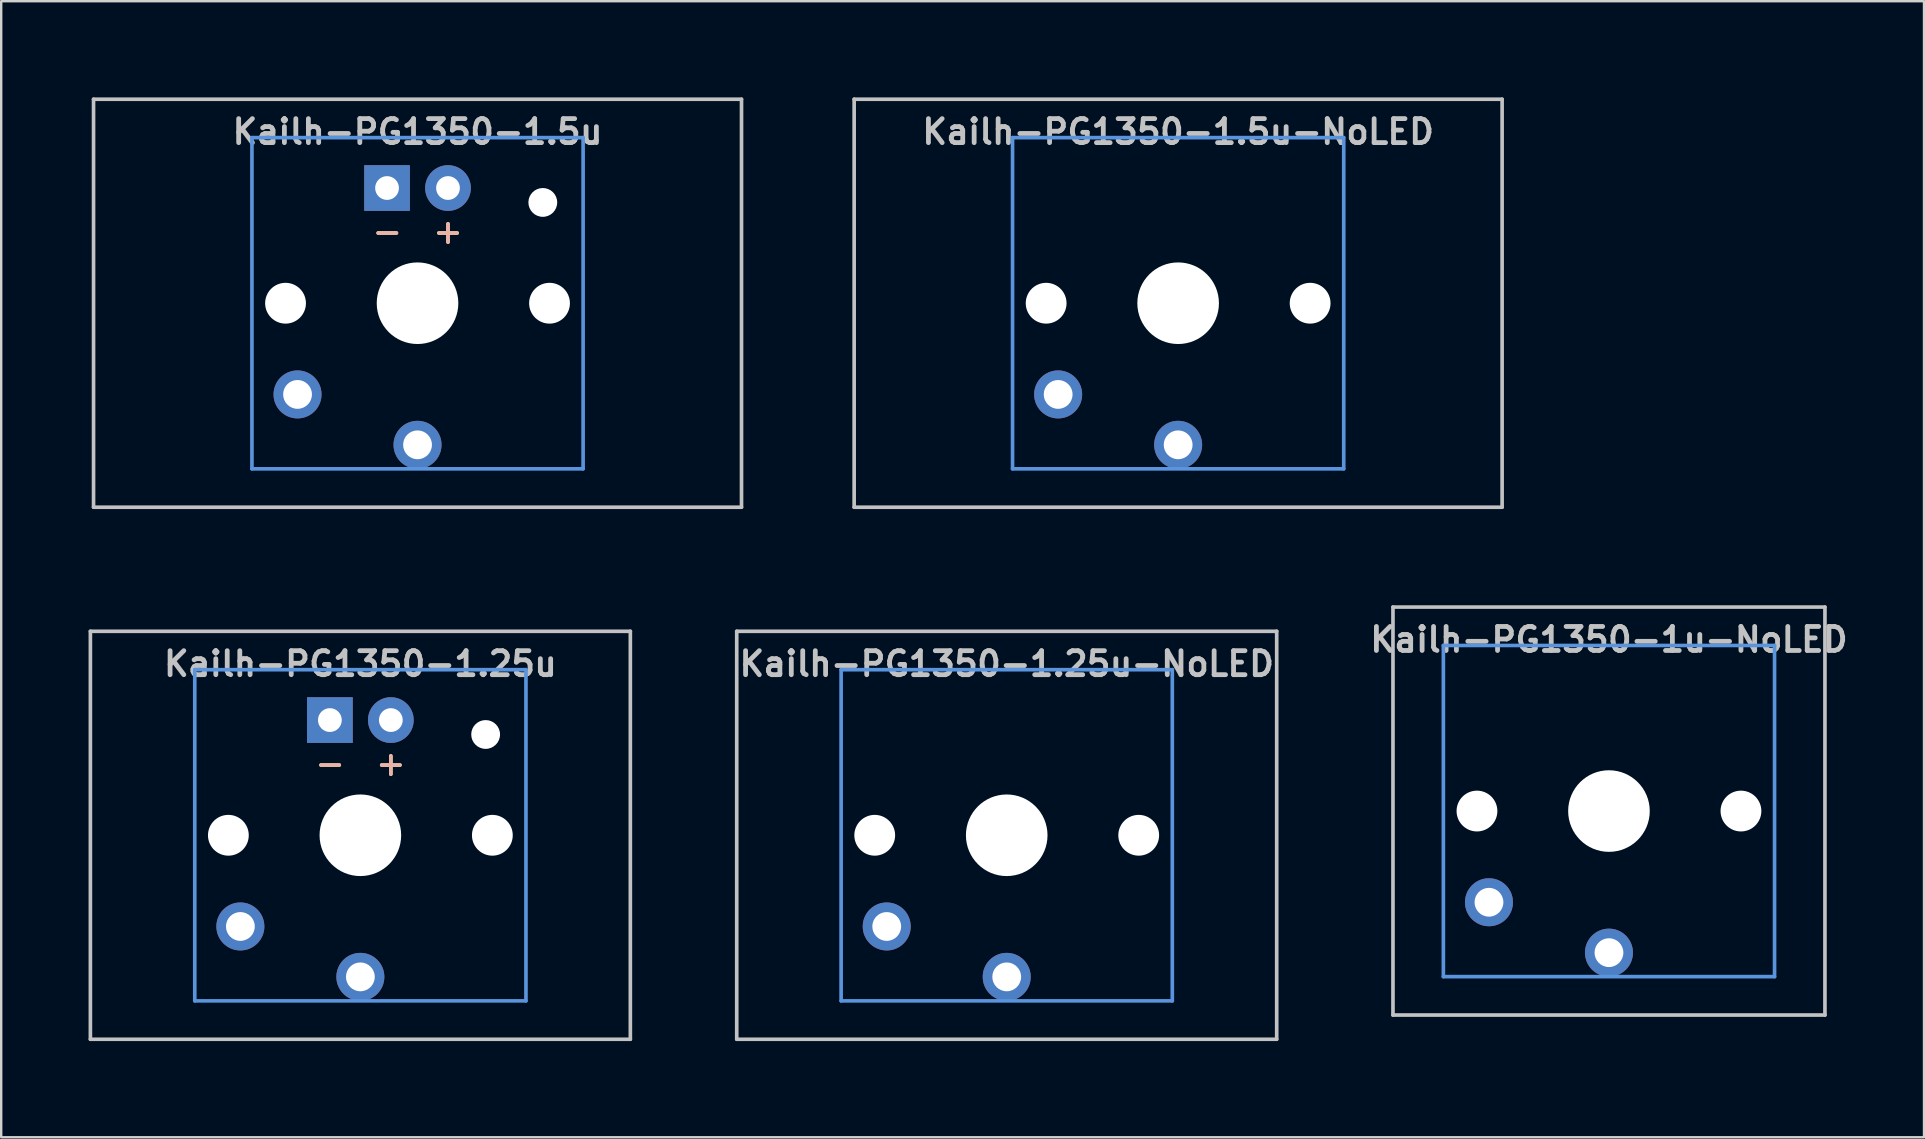
<source format=kicad_pcb>
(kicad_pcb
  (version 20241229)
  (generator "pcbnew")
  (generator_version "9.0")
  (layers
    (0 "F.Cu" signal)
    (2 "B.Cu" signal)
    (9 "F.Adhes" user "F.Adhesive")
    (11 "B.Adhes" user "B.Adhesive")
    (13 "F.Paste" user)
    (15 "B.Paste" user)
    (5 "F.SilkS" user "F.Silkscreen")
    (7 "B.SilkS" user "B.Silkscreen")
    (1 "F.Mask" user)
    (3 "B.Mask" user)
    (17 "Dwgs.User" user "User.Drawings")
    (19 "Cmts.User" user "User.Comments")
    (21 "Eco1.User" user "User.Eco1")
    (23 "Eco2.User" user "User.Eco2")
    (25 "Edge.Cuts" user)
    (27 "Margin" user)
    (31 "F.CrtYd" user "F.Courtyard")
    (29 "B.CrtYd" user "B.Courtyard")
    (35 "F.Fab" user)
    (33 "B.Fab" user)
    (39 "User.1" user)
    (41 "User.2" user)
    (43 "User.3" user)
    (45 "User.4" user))
  (footprint "Kailh-PG1350-1.25u-NoLED"
    (layer "F.Cu")
    (at 38.899 31.755)
    (property "Reference" "Kailh-PG1350-1.25u-NoLED" (at 0 -7.144 180) (layer "Dwgs.User") (effects (font (size 1 1) (thickness 0.2))))
    (attr through_hole)
    (fp_line (start -11.25 -8.5) (end 11.25 -8.5) (stroke (width 0.152) (type solid)) (layer "Dwgs.User"))
    (fp_line (start -11.25 8.5) (end -11.25 -8.5) (stroke (width 0.152) (type solid)) (layer "Dwgs.User"))
    (fp_line (start -11.25 8.5) (end 11.25 8.5) (stroke (width 0.152) (type solid)) (layer "Dwgs.User"))
    (fp_line (start 11.25 -8.5) (end 11.25 8.5) (stroke (width 0.152) (type solid)) (layer "Dwgs.User"))
    (fp_line (start -6.9 -6.9) (end 6.9 -6.9) (stroke (width 0.152) (type solid)) (layer "Cmts.User"))
    (fp_line (start -6.9 6.9) (end -6.9 -6.9) (stroke (width 0.152) (type solid)) (layer "Cmts.User"))
    (fp_line (start 6.9 -6.9) (end 6.9 6.9) (stroke (width 0.152) (type solid)) (layer "Cmts.User"))
    (fp_line (start 6.9 6.9) (end -6.9 6.9) (stroke (width 0.152) (type solid)) (layer "Cmts.User"))
    (fp_line (start -11.906 -9.525) (end -11.906 9.525) (stroke (width 0.12) (type solid)) (layer "Eco1.User"))
    (fp_line (start -11.906 -9.525) (end 11.906 -9.525) (stroke (width 0.12) (type solid)) (layer "Eco1.User"))
    (fp_line (start -11.906 9.525) (end 11.906 9.525) (stroke (width 0.12) (type solid)) (layer "Eco1.User"))
    (fp_line (start 11.906 -9.525) (end 11.906 9.525) (stroke (width 0.12) (type solid)) (layer "Eco1.User"))
    (fp_line (start -7.5 -7.5) (end 7.5 -7.5) (stroke (width 0.152) (type solid)) (layer "Eco2.User"))
    (fp_line (start -7.5 7.5) (end -7.5 -7.5) (stroke (width 0.152) (type solid)) (layer "Eco2.User"))
    (fp_line (start 7.5 -7.5) (end 7.5 7.5) (stroke (width 0.152) (type solid)) (layer "Eco2.User"))
    (fp_line (start 7.5 7.5) (end -7.5 7.5) (stroke (width 0.152) (type solid)) (layer "Eco2.User"))
    (pad "" np_thru_hole circle (at -5.5 0 180) (size 1.7 1.7) (drill 1.7) (layers "*.Cu" "*.Mask"))
    (pad "" np_thru_hole circle (at 0 0 180) (size 3.4 3.4) (drill 3.4) (layers "*.Cu" "*.Mask"))
    (pad "" np_thru_hole circle (at 5.5 0 180) (size 1.7 1.7) (drill 1.7) (layers "*.Cu" "*.Mask"))
    (pad "1" thru_hole circle (at 0 5.9 180) (size 2 2) (drill 1.2) (layers "*.Cu" "*.Mask"))
    (pad "2" thru_hole circle (at -5 3.8 41.9) (size 2 2) (drill 1.2) (layers "*.Cu" "*.Mask")))
  (footprint "Kailh-PG1350-1.5u-NoLED"
    (layer "F.Cu")
    (at 46.042 9.585)
    (property "Reference" "Kailh-PG1350-1.5u-NoLED" (at 0 -7.144 180) (layer "Dwgs.User") (effects (font (size 1 1) (thickness 0.2))))
    (attr through_hole)
    (fp_line (start -13.5 -8.5) (end 13.5 -8.5) (stroke (width 0.152) (type solid)) (layer "Dwgs.User"))
    (fp_line (start -13.5 8.5) (end -13.5 -8.5) (stroke (width 0.152) (type solid)) (layer "Dwgs.User"))
    (fp_line (start -13.5 8.5) (end 13.5 8.5) (stroke (width 0.152) (type solid)) (layer "Dwgs.User"))
    (fp_line (start 13.5 -8.5) (end 13.5 8.5) (stroke (width 0.152) (type solid)) (layer "Dwgs.User"))
    (fp_line (start -6.9 -6.9) (end 6.9 -6.9) (stroke (width 0.152) (type solid)) (layer "Cmts.User"))
    (fp_line (start -6.9 6.9) (end -6.9 -6.9) (stroke (width 0.152) (type solid)) (layer "Cmts.User"))
    (fp_line (start 6.9 -6.9) (end 6.9 6.9) (stroke (width 0.152) (type solid)) (layer "Cmts.User"))
    (fp_line (start 6.9 6.9) (end -6.9 6.9) (stroke (width 0.152) (type solid)) (layer "Cmts.User"))
    (fp_line (start -14.287 -9.525) (end -14.287 9.525) (stroke (width 0.12) (type solid)) (layer "Eco1.User"))
    (fp_line (start -14.287 -9.525) (end 14.287 -9.525) (stroke (width 0.12) (type solid)) (layer "Eco1.User"))
    (fp_line (start -14.287 9.525) (end 14.287 9.525) (stroke (width 0.12) (type solid)) (layer "Eco1.User"))
    (fp_line (start 14.287 -9.525) (end 14.287 9.525) (stroke (width 0.12) (type solid)) (layer "Eco1.User"))
    (fp_line (start -7.5 -7.5) (end 7.5 -7.5) (stroke (width 0.152) (type solid)) (layer "Eco2.User"))
    (fp_line (start -7.5 7.5) (end -7.5 -7.5) (stroke (width 0.152) (type solid)) (layer "Eco2.User"))
    (fp_line (start 7.5 -7.5) (end 7.5 7.5) (stroke (width 0.152) (type solid)) (layer "Eco2.User"))
    (fp_line (start 7.5 7.5) (end -7.5 7.5) (stroke (width 0.152) (type solid)) (layer "Eco2.User"))
    (pad "" np_thru_hole circle (at -5.5 0 180) (size 1.7 1.7) (drill 1.7) (layers "*.Cu" "*.Mask"))
    (pad "" np_thru_hole circle (at 0 0 180) (size 3.4 3.4) (drill 3.4) (layers "*.Cu" "*.Mask"))
    (pad "" np_thru_hole circle (at 5.5 0 180) (size 1.7 1.7) (drill 1.7) (layers "*.Cu" "*.Mask"))
    (pad "1" thru_hole circle (at 0 5.9 180) (size 2 2) (drill 1.2) (layers "*.Cu" "*.Mask"))
    (pad "2" thru_hole circle (at -5 3.8 41.9) (size 2 2) (drill 1.2) (layers "*.Cu" "*.Mask")))
  (footprint "Kailh-PG1350-1.5u"
    (layer "F.Cu")
    (at 14.348 9.585)
    (property "Reference" "Kailh-PG1350-1.5u" (at 0 -7.144 180) (layer "Dwgs.User") (effects (font (size 1 1) (thickness 0.2))))
    (attr through_hole)
    (fp_line (start -13.5 -8.5) (end 13.5 -8.5) (stroke (width 0.152) (type solid)) (layer "Dwgs.User"))
    (fp_line (start -13.5 8.5) (end -13.5 -8.5) (stroke (width 0.152) (type solid)) (layer "Dwgs.User"))
    (fp_line (start -13.5 8.5) (end 13.5 8.5) (stroke (width 0.152) (type solid)) (layer "Dwgs.User"))
    (fp_line (start 13.5 -8.5) (end 13.5 8.5) (stroke (width 0.152) (type solid)) (layer "Dwgs.User"))
    (fp_line (start -6.9 -6.9) (end 6.9 -6.9) (stroke (width 0.152) (type solid)) (layer "Cmts.User"))
    (fp_line (start -6.9 6.9) (end -6.9 -6.9) (stroke (width 0.152) (type solid)) (layer "Cmts.User"))
    (fp_line (start 6.9 -6.9) (end 6.9 6.9) (stroke (width 0.152) (type solid)) (layer "Cmts.User"))
    (fp_line (start 6.9 6.9) (end -6.9 6.9) (stroke (width 0.152) (type solid)) (layer "Cmts.User"))
    (fp_line (start -14.287 -9.525) (end -14.287 9.525) (stroke (width 0.12) (type solid)) (layer "Eco1.User"))
    (fp_line (start -14.287 -9.525) (end 14.287 -9.525) (stroke (width 0.12) (type solid)) (layer "Eco1.User"))
    (fp_line (start -14.287 9.525) (end 14.287 9.525) (stroke (width 0.12) (type solid)) (layer "Eco1.User"))
    (fp_line (start 14.287 -9.525) (end 14.287 9.525) (stroke (width 0.12) (type solid)) (layer "Eco1.User"))
    (fp_line (start -7.5 -7.5) (end 7.5 -7.5) (stroke (width 0.152) (type solid)) (layer "Eco2.User"))
    (fp_line (start -7.5 7.5) (end -7.5 -7.5) (stroke (width 0.152) (type solid)) (layer "Eco2.User"))
    (fp_line (start 7.5 -7.5) (end 7.5 7.5) (stroke (width 0.152) (type solid)) (layer "Eco2.User"))
    (fp_line (start 7.5 7.5) (end -7.5 7.5) (stroke (width 0.152) (type solid)) (layer "Eco2.User"))
    (fp_text user "+" (at 1.27 -3 180) (layer "F.SilkS") (effects (font (size 1 1) (thickness 0.15))))
    (fp_text user "-" (at -1.26 -3 180) (layer "F.SilkS") (effects (font (size 1 1) (thickness 0.15))))
    (fp_text user "+" (at 1.27 -3 180) (layer "B.SilkS") (effects (font (size 1 1) (thickness 0.15)) (justify mirror)))
    (fp_text user "-" (at -1.26 -3 180) (layer "B.SilkS") (effects (font (size 1 1) (thickness 0.15)) (justify mirror)))
    (pad "" np_thru_hole circle (at -5.5 0 180) (size 1.7 1.7) (drill 1.7) (layers "*.Cu" "*.Mask"))
    (pad "" np_thru_hole circle (at 0 0 180) (size 3.4 3.4) (drill 3.4) (layers "*.Cu" "*.Mask"))
    (pad "" np_thru_hole circle (at 5.22 -4.2 180) (size 1.2 1.2) (drill 1.2) (layers "*.Cu" "*.Mask"))
    (pad "" np_thru_hole circle (at 5.5 0 180) (size 1.7 1.7) (drill 1.7) (layers "*.Cu" "*.Mask"))
    (pad "1" thru_hole circle (at 0 5.9 180) (size 2 2) (drill 1.2) (layers "*.Cu" "*.Mask"))
    (pad "2" thru_hole circle (at -5 3.8 41.9) (size 2 2) (drill 1.2) (layers "*.Cu" "*.Mask"))
    (pad "3" thru_hole circle (at 1.27 -4.8 180) (size 1.905 1.905) (drill 0.991) (layers "*.Cu" "*.Mask"))
    (pad "4" thru_hole rect (at -1.27 -4.8 180) (size 1.905 1.905) (drill 0.991) (layers "*.Cu" "*.Mask")))
  (footprint "Kailh-PG1350-1.25u"
    (layer "F.Cu")
    (at 11.966 31.755)
    (property "Reference" "Kailh-PG1350-1.25u" (at 0 -7.144 180) (layer "Dwgs.User") (effects (font (size 1 1) (thickness 0.2))))
    (attr through_hole)
    (fp_line (start -11.25 -8.5) (end 11.25 -8.5) (stroke (width 0.152) (type solid)) (layer "Dwgs.User"))
    (fp_line (start -11.25 8.5) (end -11.25 -8.5) (stroke (width 0.152) (type solid)) (layer "Dwgs.User"))
    (fp_line (start -11.25 8.5) (end 11.25 8.5) (stroke (width 0.152) (type solid)) (layer "Dwgs.User"))
    (fp_line (start 11.25 -8.5) (end 11.25 8.5) (stroke (width 0.152) (type solid)) (layer "Dwgs.User"))
    (fp_line (start -6.9 -6.9) (end 6.9 -6.9) (stroke (width 0.152) (type solid)) (layer "Cmts.User"))
    (fp_line (start -6.9 6.9) (end -6.9 -6.9) (stroke (width 0.152) (type solid)) (layer "Cmts.User"))
    (fp_line (start 6.9 -6.9) (end 6.9 6.9) (stroke (width 0.152) (type solid)) (layer "Cmts.User"))
    (fp_line (start 6.9 6.9) (end -6.9 6.9) (stroke (width 0.152) (type solid)) (layer "Cmts.User"))
    (fp_line (start -11.906 -9.525) (end -11.906 9.525) (stroke (width 0.12) (type solid)) (layer "Eco1.User"))
    (fp_line (start -11.906 -9.525) (end 11.906 -9.525) (stroke (width 0.12) (type solid)) (layer "Eco1.User"))
    (fp_line (start -11.906 9.525) (end 11.906 9.525) (stroke (width 0.12) (type solid)) (layer "Eco1.User"))
    (fp_line (start 11.906 -9.525) (end 11.906 9.525) (stroke (width 0.12) (type solid)) (layer "Eco1.User"))
    (fp_line (start -7.5 -7.5) (end 7.5 -7.5) (stroke (width 0.152) (type solid)) (layer "Eco2.User"))
    (fp_line (start -7.5 7.5) (end -7.5 -7.5) (stroke (width 0.152) (type solid)) (layer "Eco2.User"))
    (fp_line (start 7.5 -7.5) (end 7.5 7.5) (stroke (width 0.152) (type solid)) (layer "Eco2.User"))
    (fp_line (start 7.5 7.5) (end -7.5 7.5) (stroke (width 0.152) (type solid)) (layer "Eco2.User"))
    (fp_text user "+" (at 1.27 -3 180) (layer "F.SilkS") (effects (font (size 1 1) (thickness 0.15))))
    (fp_text user "-" (at -1.26 -3 180) (layer "F.SilkS") (effects (font (size 1 1) (thickness 0.15))))
    (fp_text user "-" (at -1.26 -3 180) (layer "B.SilkS") (effects (font (size 1 1) (thickness 0.15)) (justify mirror)))
    (fp_text user "+" (at 1.27 -3 180) (layer "B.SilkS") (effects (font (size 1 1) (thickness 0.15)) (justify mirror)))
    (pad "" np_thru_hole circle (at -5.5 0 180) (size 1.7 1.7) (drill 1.7) (layers "*.Cu" "*.Mask"))
    (pad "" np_thru_hole circle (at 0 0 180) (size 3.4 3.4) (drill 3.4) (layers "*.Cu" "*.Mask"))
    (pad "" np_thru_hole circle (at 5.22 -4.2 180) (size 1.2 1.2) (drill 1.2) (layers "*.Cu" "*.Mask"))
    (pad "" np_thru_hole circle (at 5.5 0 180) (size 1.7 1.7) (drill 1.7) (layers "*.Cu" "*.Mask"))
    (pad "1" thru_hole circle (at 0 5.9 180) (size 2 2) (drill 1.2) (layers "*.Cu" "*.Mask"))
    (pad "2" thru_hole circle (at -5 3.8 41.9) (size 2 2) (drill 1.2) (layers "*.Cu" "*.Mask"))
    (pad "3" thru_hole circle (at 1.27 -4.8 180) (size 1.905 1.905) (drill 0.991) (layers "*.Cu" "*.Mask"))
    (pad "4" thru_hole rect (at -1.27 -4.8 180) (size 1.905 1.905) (drill 0.991) (layers "*.Cu" "*.Mask")))
  (footprint "Kailh-PG1350-1u-NoLED"
    (layer "F.Cu")
    (at 63.994 30.746)
    (property "Reference" "Kailh-PG1350-1u-NoLED" (at 0 -7.144 180) (layer "Dwgs.User") (effects (font (size 1 1) (thickness 0.2))))
    (attr through_hole)
    (fp_line (start -9 -8.5) (end 9 -8.5) (stroke (width 0.152) (type solid)) (layer "Dwgs.User"))
    (fp_line (start -9 8.5) (end -9 -8.5) (stroke (width 0.152) (type solid)) (layer "Dwgs.User"))
    (fp_line (start 9 -8.5) (end 9 8.5) (stroke (width 0.152) (type solid)) (layer "Dwgs.User"))
    (fp_line (start 9 8.5) (end -9 8.5) (stroke (width 0.152) (type solid)) (layer "Dwgs.User"))
    (fp_line (start -6.9 -6.9) (end 6.9 -6.9) (stroke (width 0.152) (type solid)) (layer "Cmts.User"))
    (fp_line (start -6.9 6.9) (end -6.9 -6.9) (stroke (width 0.152) (type solid)) (layer "Cmts.User"))
    (fp_line (start 6.9 -6.9) (end 6.9 6.9) (stroke (width 0.152) (type solid)) (layer "Cmts.User"))
    (fp_line (start 6.9 6.9) (end -6.9 6.9) (stroke (width 0.152) (type solid)) (layer "Cmts.User"))
    (fp_line (start -7.5 -7.5) (end 7.5 -7.5) (stroke (width 0.152) (type solid)) (layer "Eco2.User"))
    (fp_line (start -7.5 7.5) (end -7.5 -7.5) (stroke (width 0.152) (type solid)) (layer "Eco2.User"))
    (fp_line (start 7.5 -7.5) (end 7.5 7.5) (stroke (width 0.152) (type solid)) (layer "Eco2.User"))
    (fp_line (start 7.5 7.5) (end -7.5 7.5) (stroke (width 0.152) (type solid)) (layer "Eco2.User"))
    (pad "" np_thru_hole circle (at -5.5 0 180) (size 1.7 1.7) (drill 1.7) (layers "*.Cu" "*.Mask"))
    (pad "" np_thru_hole circle (at 0 0 180) (size 3.4 3.4) (drill 3.4) (layers "*.Cu" "*.Mask"))
    (pad "" np_thru_hole circle (at 5.5 0 180) (size 1.7 1.7) (drill 1.7) (layers "*.Cu" "*.Mask"))
    (pad "1" thru_hole circle (at 0 5.9 180) (size 2 2) (drill 1.2) (layers "*.Cu" "*.Mask"))
    (pad "2" thru_hole circle (at -5 3.8 41.9) (size 2 2) (drill 1.2) (layers "*.Cu" "*.Mask")))
  (gr_rect
    (start -3 -3)
    (end 77.122 44.34)
    (stroke (width 0.1) (type default))
    (fill no)
    (layer "Edge.Cuts")))
</source>
